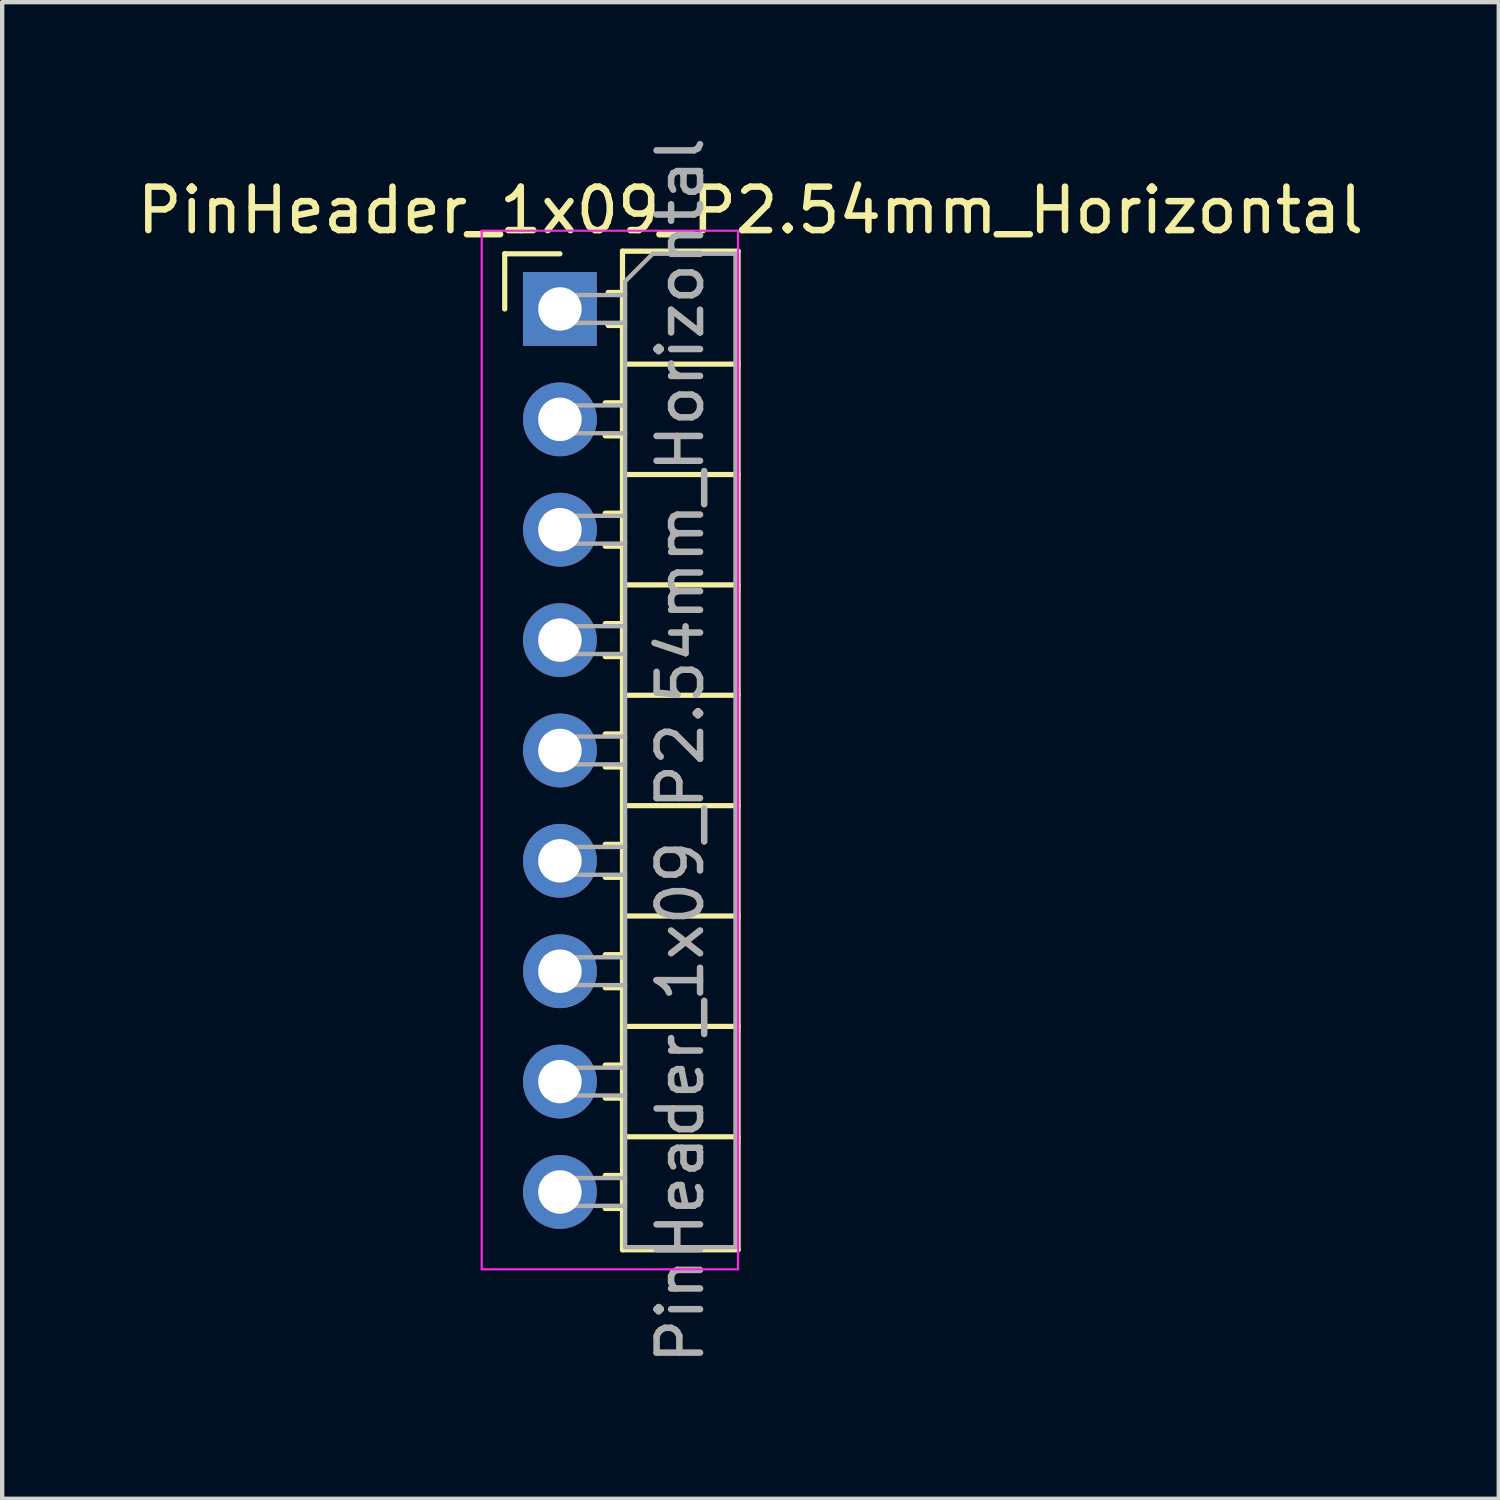
<source format=kicad_pcb>
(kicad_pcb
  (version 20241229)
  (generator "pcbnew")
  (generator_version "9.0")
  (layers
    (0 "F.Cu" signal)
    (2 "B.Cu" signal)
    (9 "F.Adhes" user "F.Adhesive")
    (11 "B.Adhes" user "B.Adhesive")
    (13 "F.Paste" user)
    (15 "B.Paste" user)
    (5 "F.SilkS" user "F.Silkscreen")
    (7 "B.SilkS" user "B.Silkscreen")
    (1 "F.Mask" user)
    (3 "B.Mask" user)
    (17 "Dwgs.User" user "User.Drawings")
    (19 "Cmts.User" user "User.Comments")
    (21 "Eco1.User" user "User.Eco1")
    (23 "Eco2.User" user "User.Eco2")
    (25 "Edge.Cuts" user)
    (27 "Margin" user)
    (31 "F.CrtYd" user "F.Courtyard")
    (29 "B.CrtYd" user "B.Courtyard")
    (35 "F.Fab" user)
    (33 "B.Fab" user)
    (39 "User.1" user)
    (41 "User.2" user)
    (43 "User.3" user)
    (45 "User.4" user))
  (footprint "PinHeader_1x09_P2.54mm_Horizontal"
    (layer "F.Cu")
    (at 9.835 4.06)
    (property "Reference" "PinHeader_1x09_P2.54mm_Horizontal" (at 4.385 -2.27 0) (layer "F.SilkS") (effects (font (size 1 1) (thickness 0.15))))
    (attr through_hole)
    (fp_line (start -1.27 -1.27) (end 0 -1.27) (stroke (width 0.12) (type solid)) (layer "F.SilkS"))
    (fp_line (start -1.27 0) (end -1.27 -1.27) (stroke (width 0.12) (type solid)) (layer "F.SilkS"))
    (fp_line (start 1.043 2.16) (end 1.44 2.16) (stroke (width 0.12) (type solid)) (layer "F.SilkS"))
    (fp_line (start 1.043 2.92) (end 1.44 2.92) (stroke (width 0.12) (type solid)) (layer "F.SilkS"))
    (fp_line (start 1.043 4.7) (end 1.44 4.7) (stroke (width 0.12) (type solid)) (layer "F.SilkS"))
    (fp_line (start 1.043 5.46) (end 1.44 5.46) (stroke (width 0.12) (type solid)) (layer "F.SilkS"))
    (fp_line (start 1.043 7.24) (end 1.44 7.24) (stroke (width 0.12) (type solid)) (layer "F.SilkS"))
    (fp_line (start 1.043 8) (end 1.44 8) (stroke (width 0.12) (type solid)) (layer "F.SilkS"))
    (fp_line (start 1.043 9.78) (end 1.44 9.78) (stroke (width 0.12) (type solid)) (layer "F.SilkS"))
    (fp_line (start 1.043 10.54) (end 1.44 10.54) (stroke (width 0.12) (type solid)) (layer "F.SilkS"))
    (fp_line (start 1.043 12.32) (end 1.44 12.32) (stroke (width 0.12) (type solid)) (layer "F.SilkS"))
    (fp_line (start 1.043 13.08) (end 1.44 13.08) (stroke (width 0.12) (type solid)) (layer "F.SilkS"))
    (fp_line (start 1.043 14.86) (end 1.44 14.86) (stroke (width 0.12) (type solid)) (layer "F.SilkS"))
    (fp_line (start 1.043 15.62) (end 1.44 15.62) (stroke (width 0.12) (type solid)) (layer "F.SilkS"))
    (fp_line (start 1.043 17.4) (end 1.44 17.4) (stroke (width 0.12) (type solid)) (layer "F.SilkS"))
    (fp_line (start 1.043 18.16) (end 1.44 18.16) (stroke (width 0.12) (type solid)) (layer "F.SilkS"))
    (fp_line (start 1.043 19.94) (end 1.44 19.94) (stroke (width 0.12) (type solid)) (layer "F.SilkS"))
    (fp_line (start 1.043 20.7) (end 1.44 20.7) (stroke (width 0.12) (type solid)) (layer "F.SilkS"))
    (fp_line (start 1.11 -0.38) (end 1.44 -0.38) (stroke (width 0.12) (type solid)) (layer "F.SilkS"))
    (fp_line (start 1.11 0.38) (end 1.44 0.38) (stroke (width 0.12) (type solid)) (layer "F.SilkS"))
    (fp_line (start 1.44 -1.33) (end 1.44 21.65) (stroke (width 0.12) (type solid)) (layer "F.SilkS"))
    (fp_line (start 1.44 1.27) (end 4.1 1.27) (stroke (width 0.12) (type solid)) (layer "F.SilkS"))
    (fp_line (start 1.44 3.81) (end 4.1 3.81) (stroke (width 0.12) (type solid)) (layer "F.SilkS"))
    (fp_line (start 1.44 6.35) (end 4.1 6.35) (stroke (width 0.12) (type solid)) (layer "F.SilkS"))
    (fp_line (start 1.44 8.89) (end 4.1 8.89) (stroke (width 0.12) (type solid)) (layer "F.SilkS"))
    (fp_line (start 1.44 11.43) (end 4.1 11.43) (stroke (width 0.12) (type solid)) (layer "F.SilkS"))
    (fp_line (start 1.44 13.97) (end 4.1 13.97) (stroke (width 0.12) (type solid)) (layer "F.SilkS"))
    (fp_line (start 1.44 16.51) (end 4.1 16.51) (stroke (width 0.12) (type solid)) (layer "F.SilkS"))
    (fp_line (start 1.44 19.05) (end 4.1 19.05) (stroke (width 0.12) (type solid)) (layer "F.SilkS"))
    (fp_line (start 1.44 21.65) (end 4.1 21.65) (stroke (width 0.12) (type solid)) (layer "F.SilkS"))
    (fp_line (start 4.1 -1.33) (end 1.44 -1.33) (stroke (width 0.12) (type solid)) (layer "F.SilkS"))
    (fp_line (start 4.1 21.65) (end 4.1 -1.33) (stroke (width 0.12) (type solid)) (layer "F.SilkS"))
    (fp_line (start -1.8 -1.8) (end -1.8 22.1) (stroke (width 0.05) (type solid)) (layer "F.CrtYd"))
    (fp_line (start -1.8 22.1) (end 4.1 22.1) (stroke (width 0.05) (type solid)) (layer "F.CrtYd"))
    (fp_line (start 4.1 -1.8) (end -1.8 -1.8) (stroke (width 0.05) (type solid)) (layer "F.CrtYd"))
    (fp_line (start 4.1 -1.8) (end 4.1 22.1) (stroke (width 0.05) (type default)) (layer "F.CrtYd"))
    (fp_line (start -0.32 -0.32) (end -0.32 0.32) (stroke (width 0.1) (type solid)) (layer "F.Fab"))
    (fp_line (start -0.32 -0.32) (end 1.5 -0.32) (stroke (width 0.1) (type solid)) (layer "F.Fab"))
    (fp_line (start -0.32 0.32) (end 1.5 0.32) (stroke (width 0.1) (type solid)) (layer "F.Fab"))
    (fp_line (start -0.32 2.22) (end -0.32 2.86) (stroke (width 0.1) (type solid)) (layer "F.Fab"))
    (fp_line (start -0.32 2.22) (end 1.5 2.22) (stroke (width 0.1) (type solid)) (layer "F.Fab"))
    (fp_line (start -0.32 2.86) (end 1.5 2.86) (stroke (width 0.1) (type solid)) (layer "F.Fab"))
    (fp_line (start -0.32 4.76) (end -0.32 5.4) (stroke (width 0.1) (type solid)) (layer "F.Fab"))
    (fp_line (start -0.32 4.76) (end 1.5 4.76) (stroke (width 0.1) (type solid)) (layer "F.Fab"))
    (fp_line (start -0.32 5.4) (end 1.5 5.4) (stroke (width 0.1) (type solid)) (layer "F.Fab"))
    (fp_line (start -0.32 7.3) (end -0.32 7.94) (stroke (width 0.1) (type solid)) (layer "F.Fab"))
    (fp_line (start -0.32 7.3) (end 1.5 7.3) (stroke (width 0.1) (type solid)) (layer "F.Fab"))
    (fp_line (start -0.32 7.94) (end 1.5 7.94) (stroke (width 0.1) (type solid)) (layer "F.Fab"))
    (fp_line (start -0.32 9.84) (end -0.32 10.48) (stroke (width 0.1) (type solid)) (layer "F.Fab"))
    (fp_line (start -0.32 9.84) (end 1.5 9.84) (stroke (width 0.1) (type solid)) (layer "F.Fab"))
    (fp_line (start -0.32 10.48) (end 1.5 10.48) (stroke (width 0.1) (type solid)) (layer "F.Fab"))
    (fp_line (start -0.32 12.38) (end -0.32 13.02) (stroke (width 0.1) (type solid)) (layer "F.Fab"))
    (fp_line (start -0.32 12.38) (end 1.5 12.38) (stroke (width 0.1) (type solid)) (layer "F.Fab"))
    (fp_line (start -0.32 13.02) (end 1.5 13.02) (stroke (width 0.1) (type solid)) (layer "F.Fab"))
    (fp_line (start -0.32 14.92) (end -0.32 15.56) (stroke (width 0.1) (type solid)) (layer "F.Fab"))
    (fp_line (start -0.32 14.92) (end 1.5 14.92) (stroke (width 0.1) (type solid)) (layer "F.Fab"))
    (fp_line (start -0.32 15.56) (end 1.5 15.56) (stroke (width 0.1) (type solid)) (layer "F.Fab"))
    (fp_line (start -0.32 17.46) (end -0.32 18.1) (stroke (width 0.1) (type solid)) (layer "F.Fab"))
    (fp_line (start -0.32 17.46) (end 1.5 17.46) (stroke (width 0.1) (type solid)) (layer "F.Fab"))
    (fp_line (start -0.32 18.1) (end 1.5 18.1) (stroke (width 0.1) (type solid)) (layer "F.Fab"))
    (fp_line (start -0.32 20) (end -0.32 20.64) (stroke (width 0.1) (type solid)) (layer "F.Fab"))
    (fp_line (start -0.32 20) (end 1.5 20) (stroke (width 0.1) (type solid)) (layer "F.Fab"))
    (fp_line (start -0.32 20.64) (end 1.5 20.64) (stroke (width 0.1) (type solid)) (layer "F.Fab"))
    (fp_line (start 1.5 -0.635) (end 2.135 -1.27) (stroke (width 0.1) (type solid)) (layer "F.Fab"))
    (fp_line (start 1.5 21.59) (end 1.5 -0.635) (stroke (width 0.1) (type solid)) (layer "F.Fab"))
    (fp_line (start 2.135 -1.27) (end 4.04 -1.27) (stroke (width 0.1) (type solid)) (layer "F.Fab"))
    (fp_line (start 4.04 -1.27) (end 4.04 21.59) (stroke (width 0.1) (type solid)) (layer "F.Fab"))
    (fp_line (start 4.04 21.59) (end 1.5 21.59) (stroke (width 0.1) (type solid)) (layer "F.Fab"))
    (fp_text user "${REFERENCE}" (at 2.77 10.16 90) (layer "F.Fab") (effects (font (size 1 1) (thickness 0.15))))
    (pad "1" thru_hole rect (at 0 0) (size 1.7 1.7) (drill 1) (layers "*.Cu" "*.Mask"))
    (pad "2" thru_hole oval (at 0 2.54) (size 1.7 1.7) (drill 1) (layers "*.Cu" "*.Mask"))
    (pad "3" thru_hole oval (at 0 5.08) (size 1.7 1.7) (drill 1) (layers "*.Cu" "*.Mask"))
    (pad "4" thru_hole oval (at 0 7.62) (size 1.7 1.7) (drill 1) (layers "*.Cu" "*.Mask"))
    (pad "5" thru_hole oval (at 0 10.16) (size 1.7 1.7) (drill 1) (layers "*.Cu" "*.Mask"))
    (pad "6" thru_hole oval (at 0 12.7) (size 1.7 1.7) (drill 1) (layers "*.Cu" "*.Mask"))
    (pad "7" thru_hole oval (at 0 15.24) (size 1.7 1.7) (drill 1) (layers "*.Cu" "*.Mask"))
    (pad "8" thru_hole oval (at 0 17.78) (size 1.7 1.7) (drill 1) (layers "*.Cu" "*.Mask"))
    (pad "9" thru_hole oval (at 0 20.32) (size 1.7 1.7) (drill 1) (layers "*.Cu" "*.Mask")))
  (gr_rect
    (start -3 -3)
    (end 31.44 31.44)
    (stroke (width 0.1) (type default))
    (fill no)
    (layer "Edge.Cuts")))
</source>
